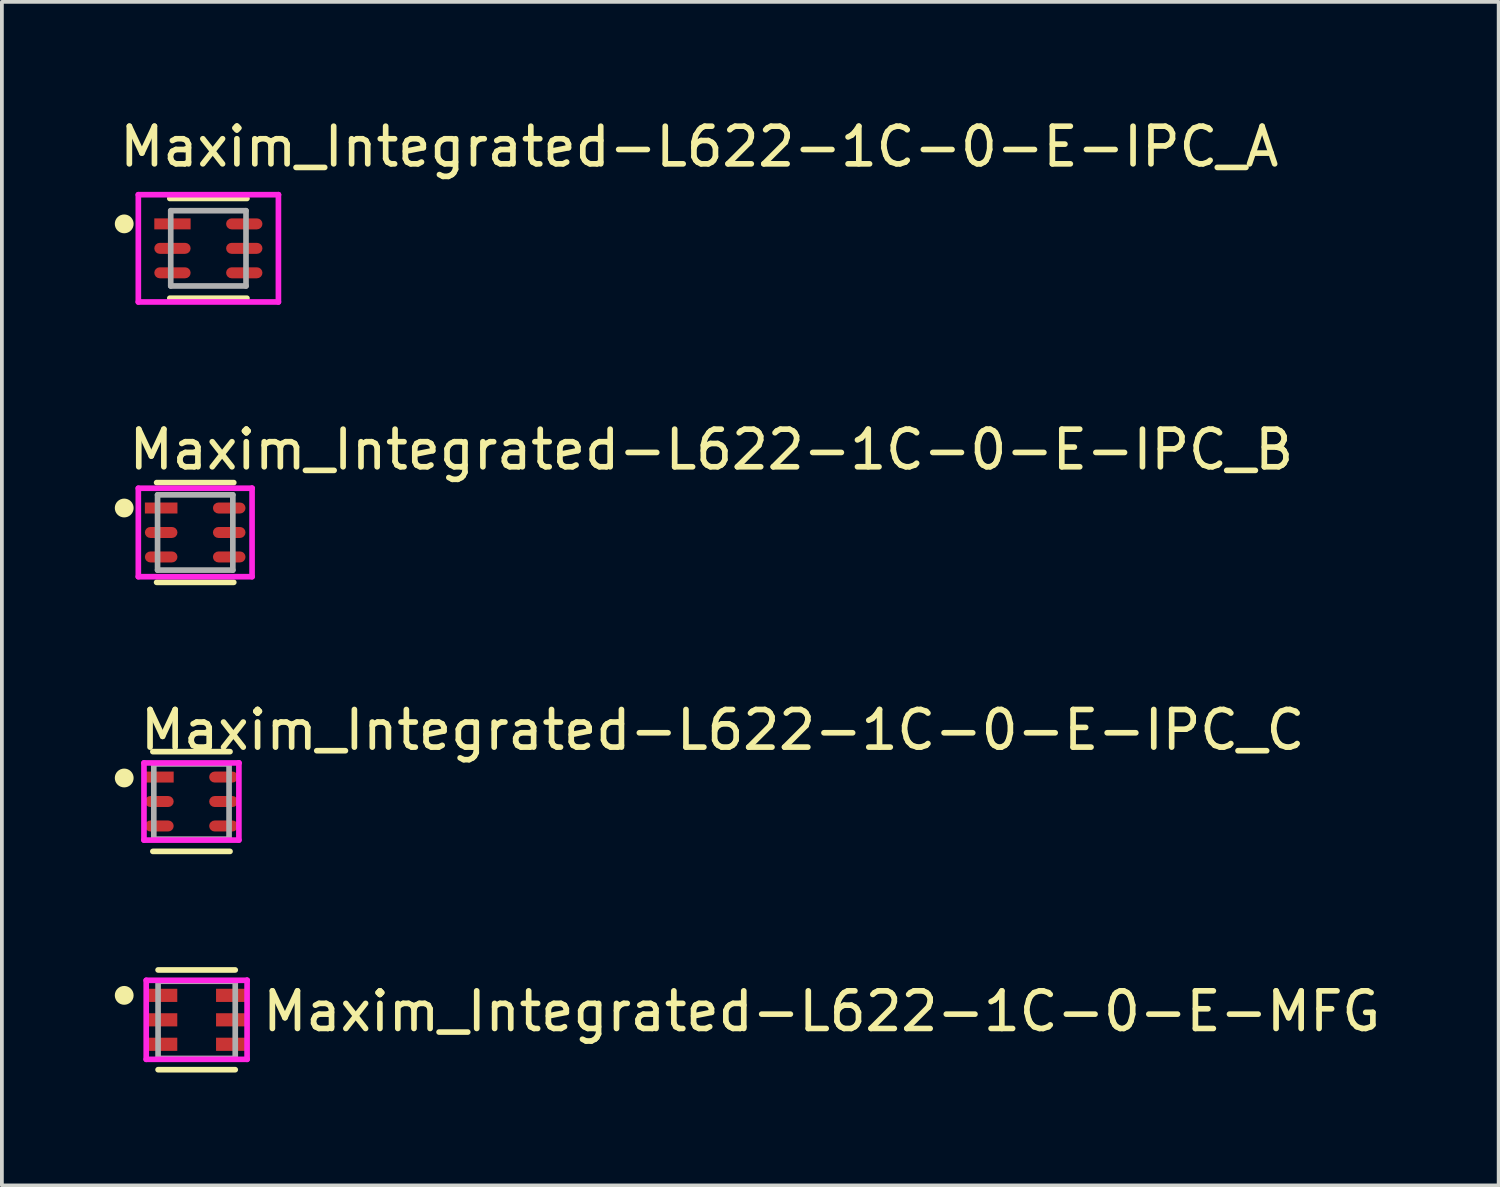
<source format=kicad_pcb>
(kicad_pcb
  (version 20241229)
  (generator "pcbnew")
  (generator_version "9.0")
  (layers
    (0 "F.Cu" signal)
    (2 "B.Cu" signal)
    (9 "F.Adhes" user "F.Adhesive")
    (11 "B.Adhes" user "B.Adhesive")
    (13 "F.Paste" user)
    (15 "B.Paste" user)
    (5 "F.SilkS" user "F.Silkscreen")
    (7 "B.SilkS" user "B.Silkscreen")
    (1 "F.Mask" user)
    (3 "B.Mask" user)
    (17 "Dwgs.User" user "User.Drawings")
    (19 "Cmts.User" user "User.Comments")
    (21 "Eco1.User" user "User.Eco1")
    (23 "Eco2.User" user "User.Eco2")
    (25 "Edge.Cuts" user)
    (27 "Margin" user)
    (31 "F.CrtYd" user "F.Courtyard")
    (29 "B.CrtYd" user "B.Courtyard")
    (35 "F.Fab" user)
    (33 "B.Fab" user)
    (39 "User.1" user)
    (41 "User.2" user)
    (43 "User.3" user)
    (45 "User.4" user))
  (footprint "Maxim_Integrated-L622-1C-0-E-IPC_C"
    (layer "F.Cu")
    (at 2.036 18.245)
    (property "Reference" "Maxim_Integrated-L622-1C-0-E-IPC_C" (at -1.436 -1.9 0) (layer "F.SilkS") (effects (font (size 1 1) (thickness 0.15)) (justify left)))
    (attr through_hole)
    (fp_line (start -1.025 -1.325) (end 1.025 -1.325) (stroke (width 0.15) (type solid)) (layer "F.SilkS"))
    (fp_line (start -1.025 1.325) (end 1.025 1.325) (stroke (width 0.15) (type solid)) (layer "F.SilkS"))
    (fp_circle (center -1.786 -0.625) (end -1.661 -0.625) (stroke (width 0.25) (type solid)) (fill no) (layer "F.SilkS"))
    (fp_line (start -1.261 -1.025) (end -1.261 1.025) (stroke (width 0.15) (type solid)) (layer "F.CrtYd"))
    (fp_line (start -1.261 1.025) (end 1.261 1.025) (stroke (width 0.15) (type solid)) (layer "F.CrtYd"))
    (fp_line (start 1.261 -1.025) (end -1.261 -1.025) (stroke (width 0.15) (type solid)) (layer "F.CrtYd"))
    (fp_line (start 1.261 -1.025) (end 1.261 -1.025) (stroke (width 0.15) (type solid)) (layer "F.CrtYd"))
    (fp_line (start 1.261 1.025) (end 1.261 -1.025) (stroke (width 0.15) (type solid)) (layer "F.CrtYd"))
    (fp_line (start -1 -1) (end 1 -1) (stroke (width 0.15) (type solid)) (layer "F.Fab"))
    (fp_line (start -1 1) (end -1 -1) (stroke (width 0.15) (type solid)) (layer "F.Fab"))
    (fp_line (start 1 -1) (end 1 1) (stroke (width 0.15) (type solid)) (layer "F.Fab"))
    (fp_line (start 1 1) (end -1 1) (stroke (width 0.15) (type solid)) (layer "F.Fab"))
    (pad "1" smd rect (at -0.854 -0.65) (size 0.765 0.292) (layers "F.Cu" "F.Mask" "F.Paste"))
    (pad "2" smd roundrect (at -0.854 0) (size 0.765 0.292) (layers "F.Cu" "F.Mask" "F.Paste") (roundrect_rratio 0.5))
    (pad "3" smd roundrect (at -0.854 0.65) (size 0.765 0.292) (layers "F.Cu" "F.Mask" "F.Paste") (roundrect_rratio 0.5))
    (pad "4" smd roundrect (at 0.854 0.65) (size 0.765 0.292) (layers "F.Cu" "F.Mask" "F.Paste") (roundrect_rratio 0.5))
    (pad "5" smd roundrect (at 0.854 0) (size 0.765 0.292) (layers "F.Cu" "F.Mask" "F.Paste") (roundrect_rratio 0.5))
    (pad "6" smd roundrect (at 0.854 -0.65) (size 0.765 0.292) (layers "F.Cu" "F.Mask" "F.Paste") (roundrect_rratio 0.5)))
  (footprint "Maxim_Integrated-L622-1C-0-E-MFG"
    (layer "F.Cu")
    (at 2.175 24.045)
    (property "Reference" "Maxim_Integrated-L622-1C-0-E-MFG" (at 1.675 -0.225 0) (layer "F.SilkS") (effects (font (size 1 1) (thickness 0.15)) (justify left)))
    (attr through_hole)
    (fp_line (start -1.025 -1.325) (end 1.025 -1.325) (stroke (width 0.15) (type solid)) (layer "F.SilkS"))
    (fp_line (start 1.025 1.325) (end -1.025 1.325) (stroke (width 0.15) (type solid)) (layer "F.SilkS"))
    (fp_circle (center -1.925 -0.65) (end -1.8 -0.65) (stroke (width 0.25) (type solid)) (fill no) (layer "F.SilkS"))
    (fp_line (start -1.34 -1.05) (end -1.34 1.05) (stroke (width 0.15) (type solid)) (layer "F.CrtYd"))
    (fp_line (start -1.34 1.05) (end 1.34 1.05) (stroke (width 0.15) (type solid)) (layer "F.CrtYd"))
    (fp_line (start 1.34 -1.05) (end -1.34 -1.05) (stroke (width 0.15) (type solid)) (layer "F.CrtYd"))
    (fp_line (start 1.34 -1.05) (end 1.34 -1.05) (stroke (width 0.15) (type solid)) (layer "F.CrtYd"))
    (fp_line (start 1.34 1.05) (end 1.34 -1.05) (stroke (width 0.15) (type solid)) (layer "F.CrtYd"))
    (fp_line (start -1.025 -1.025) (end 1.025 -1.025) (stroke (width 0.15) (type solid)) (layer "F.Fab"))
    (fp_line (start -1.025 1.025) (end -1.025 -1.025) (stroke (width 0.15) (type solid)) (layer "F.Fab"))
    (fp_line (start 1.025 -1.025) (end 1.025 1.025) (stroke (width 0.15) (type solid)) (layer "F.Fab"))
    (fp_line (start 1.025 1.025) (end -1.025 1.025) (stroke (width 0.15) (type solid)) (layer "F.Fab"))
    (pad "1" smd rect (at -0.915 -0.65) (size 0.8 0.35) (layers "F.Cu" "F.Mask" "F.Paste"))
    (pad "2" smd rect (at -0.915 0) (size 0.8 0.35) (layers "F.Cu" "F.Mask" "F.Paste"))
    (pad "3" smd rect (at -0.915 0.65) (size 0.8 0.35) (layers "F.Cu" "F.Mask" "F.Paste"))
    (pad "4" smd rect (at 0.915 0.65) (size 0.8 0.35) (layers "F.Cu" "F.Mask" "F.Paste"))
    (pad "5" smd rect (at 0.915 0) (size 0.8 0.35) (layers "F.Cu" "F.Mask" "F.Paste"))
    (pad "6" smd rect (at 0.915 -0.65) (size 0.8 0.35) (layers "F.Cu" "F.Mask" "F.Paste")))
  (footprint "Maxim_Integrated-L622-1C-0-E-IPC_A"
    (layer "F.Cu")
    (at 2.486 3.548)
    (property "Reference" "Maxim_Integrated-L622-1C-0-E-IPC_A" (at -2.436 -2.7 0) (layer "F.SilkS") (effects (font (size 1 1) (thickness 0.15)) (justify left)))
    (attr through_hole)
    (fp_line (start -1.025 -1.325) (end 1.025 -1.325) (stroke (width 0.15) (type solid)) (layer "F.SilkS"))
    (fp_line (start -1.025 1.325) (end 1.025 1.325) (stroke (width 0.15) (type solid)) (layer "F.SilkS"))
    (fp_circle (center -2.236 -0.65) (end -2.111 -0.65) (stroke (width 0.25) (type solid)) (fill no) (layer "F.SilkS"))
    (fp_line (start -1.861 -1.425) (end -1.861 1.425) (stroke (width 0.15) (type solid)) (layer "F.CrtYd"))
    (fp_line (start -1.861 1.425) (end 1.861 1.425) (stroke (width 0.15) (type solid)) (layer "F.CrtYd"))
    (fp_line (start 1.861 -1.425) (end -1.861 -1.425) (stroke (width 0.15) (type solid)) (layer "F.CrtYd"))
    (fp_line (start 1.861 -1.425) (end 1.861 -1.425) (stroke (width 0.15) (type solid)) (layer "F.CrtYd"))
    (fp_line (start 1.861 1.425) (end 1.861 -1.425) (stroke (width 0.15) (type solid)) (layer "F.CrtYd"))
    (fp_line (start -1 -1) (end 1 -1) (stroke (width 0.15) (type solid)) (layer "F.Fab"))
    (fp_line (start -1 1) (end -1 -1) (stroke (width 0.15) (type solid)) (layer "F.Fab"))
    (fp_line (start 1 -1) (end 1 1) (stroke (width 0.15) (type solid)) (layer "F.Fab"))
    (fp_line (start 1 1) (end -1 1) (stroke (width 0.15) (type solid)) (layer "F.Fab"))
    (pad "1" smd rect (at -0.954 -0.65) (size 0.965 0.292) (layers "F.Cu" "F.Mask" "F.Paste"))
    (pad "2" smd roundrect (at -0.954 0) (size 0.965 0.292) (layers "F.Cu" "F.Mask" "F.Paste") (roundrect_rratio 0.5))
    (pad "3" smd roundrect (at -0.954 0.65) (size 0.965 0.292) (layers "F.Cu" "F.Mask" "F.Paste") (roundrect_rratio 0.5))
    (pad "4" smd roundrect (at 0.954 0.65) (size 0.965 0.292) (layers "F.Cu" "F.Mask" "F.Paste") (roundrect_rratio 0.5))
    (pad "5" smd roundrect (at 0.954 0) (size 0.965 0.292) (layers "F.Cu" "F.Mask" "F.Paste") (roundrect_rratio 0.5))
    (pad "6" smd roundrect (at 0.954 -0.65) (size 0.965 0.292) (layers "F.Cu" "F.Mask" "F.Paste") (roundrect_rratio 0.5)))
  (footprint "Maxim_Integrated-L622-1C-0-E-IPC_B"
    (layer "F.Cu")
    (at 2.136 11.097)
    (property "Reference" "Maxim_Integrated-L622-1C-0-E-IPC_B" (at -1.836 -2.2 0) (layer "F.SilkS") (effects (font (size 1 1) (thickness 0.15)) (justify left)))
    (attr through_hole)
    (fp_line (start -1.025 -1.325) (end 1.025 -1.325) (stroke (width 0.15) (type solid)) (layer "F.SilkS"))
    (fp_line (start -1.025 1.325) (end 1.025 1.325) (stroke (width 0.15) (type solid)) (layer "F.SilkS"))
    (fp_circle (center -1.886 -0.65) (end -1.761 -0.65) (stroke (width 0.25) (type solid)) (fill no) (layer "F.SilkS"))
    (fp_line (start -1.511 -1.175) (end -1.511 1.175) (stroke (width 0.15) (type solid)) (layer "F.CrtYd"))
    (fp_line (start -1.511 1.175) (end 1.511 1.175) (stroke (width 0.15) (type solid)) (layer "F.CrtYd"))
    (fp_line (start 1.511 -1.175) (end -1.511 -1.175) (stroke (width 0.15) (type solid)) (layer "F.CrtYd"))
    (fp_line (start 1.511 -1.175) (end 1.511 -1.175) (stroke (width 0.15) (type solid)) (layer "F.CrtYd"))
    (fp_line (start 1.511 1.175) (end 1.511 -1.175) (stroke (width 0.15) (type solid)) (layer "F.CrtYd"))
    (fp_line (start -1 -1) (end 1 -1) (stroke (width 0.15) (type solid)) (layer "F.Fab"))
    (fp_line (start -1 1) (end -1 -1) (stroke (width 0.15) (type solid)) (layer "F.Fab"))
    (fp_line (start 1 -1) (end 1 1) (stroke (width 0.15) (type solid)) (layer "F.Fab"))
    (fp_line (start 1 1) (end -1 1) (stroke (width 0.15) (type solid)) (layer "F.Fab"))
    (pad "1" smd rect (at -0.904 -0.65) (size 0.865 0.292) (layers "F.Cu" "F.Mask" "F.Paste"))
    (pad "2" smd roundrect (at -0.904 0) (size 0.865 0.292) (layers "F.Cu" "F.Mask" "F.Paste") (roundrect_rratio 0.5))
    (pad "3" smd roundrect (at -0.904 0.65) (size 0.865 0.292) (layers "F.Cu" "F.Mask" "F.Paste") (roundrect_rratio 0.5))
    (pad "4" smd roundrect (at 0.904 0.65) (size 0.865 0.292) (layers "F.Cu" "F.Mask" "F.Paste") (roundrect_rratio 0.5))
    (pad "5" smd roundrect (at 0.904 0) (size 0.865 0.292) (layers "F.Cu" "F.Mask" "F.Paste") (roundrect_rratio 0.5))
    (pad "6" smd roundrect (at 0.904 -0.65) (size 0.865 0.292) (layers "F.Cu" "F.Mask" "F.Paste") (roundrect_rratio 0.5)))
  (gr_rect
    (start -3 -3)
    (end 36.767 28.445)
    (stroke (width 0.1) (type default))
    (fill no)
    (layer "Edge.Cuts")))
</source>
